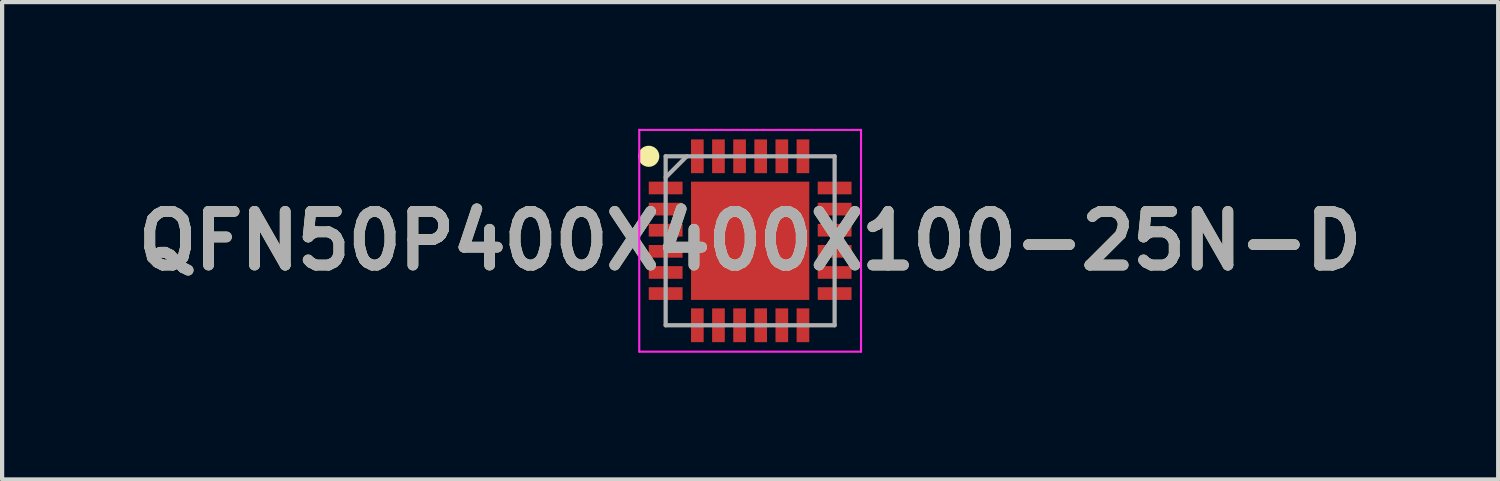
<source format=kicad_pcb>
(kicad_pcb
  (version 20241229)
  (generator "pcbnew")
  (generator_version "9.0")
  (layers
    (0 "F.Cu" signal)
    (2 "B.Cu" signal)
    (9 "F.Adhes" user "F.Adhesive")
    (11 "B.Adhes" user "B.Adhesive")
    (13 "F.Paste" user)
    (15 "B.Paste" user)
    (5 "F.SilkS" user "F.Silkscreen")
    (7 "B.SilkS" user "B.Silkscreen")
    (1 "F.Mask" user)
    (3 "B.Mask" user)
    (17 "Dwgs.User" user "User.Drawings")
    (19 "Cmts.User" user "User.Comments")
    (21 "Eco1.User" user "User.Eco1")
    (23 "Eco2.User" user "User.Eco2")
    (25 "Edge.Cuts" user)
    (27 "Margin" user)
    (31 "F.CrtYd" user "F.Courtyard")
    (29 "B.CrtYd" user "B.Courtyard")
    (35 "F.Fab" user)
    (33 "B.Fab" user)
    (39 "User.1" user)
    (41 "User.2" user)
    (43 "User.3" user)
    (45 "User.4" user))
  (footprint "QFN50P400X400X100-25N-D"
    (layer "F.Cu")
    (at 14.708 2.65)
    (property "Reference" "QFN50P400X400X100-25N-D" (at 0 0 0) (layer "F.SilkS") (effects (font (size 1.27 1.27) (thickness 0.254))))
    (attr smd)
    (fp_circle (center -2.4 -2) (end -2.4 -1.875) (stroke (width 0.25) (type solid)) (fill no) (layer "F.SilkS"))
    (fp_line (start -2.625 -2.625) (end 2.625 -2.625) (stroke (width 0.05) (type solid)) (layer "F.CrtYd"))
    (fp_line (start -2.625 2.625) (end -2.625 -2.625) (stroke (width 0.05) (type solid)) (layer "F.CrtYd"))
    (fp_line (start 2.625 -2.625) (end 2.625 2.625) (stroke (width 0.05) (type solid)) (layer "F.CrtYd"))
    (fp_line (start 2.625 2.625) (end -2.625 2.625) (stroke (width 0.05) (type solid)) (layer "F.CrtYd"))
    (fp_line (start -2 -2) (end 2 -2) (stroke (width 0.1) (type solid)) (layer "F.Fab"))
    (fp_line (start -2 -1.5) (end -1.5 -2) (stroke (width 0.1) (type solid)) (layer "F.Fab"))
    (fp_line (start -2 2) (end -2 -2) (stroke (width 0.1) (type solid)) (layer "F.Fab"))
    (fp_line (start 2 -2) (end 2 2) (stroke (width 0.1) (type solid)) (layer "F.Fab"))
    (fp_line (start 2 2) (end -2 2) (stroke (width 0.1) (type solid)) (layer "F.Fab"))
    (fp_text user "${REFERENCE}" (at 0 0 0) (layer "F.Fab") (effects (font (size 1.27 1.27) (thickness 0.254))))
    (pad "1" smd rect (at -2 -1.25 90) (size 0.3 0.8) (layers "F.Cu" "F.Mask" "F.Paste"))
    (pad "2" smd rect (at -2 -0.75 90) (size 0.3 0.8) (layers "F.Cu" "F.Mask" "F.Paste"))
    (pad "3" smd rect (at -2 -0.25 90) (size 0.3 0.8) (layers "F.Cu" "F.Mask" "F.Paste"))
    (pad "4" smd rect (at -2 0.25 90) (size 0.3 0.8) (layers "F.Cu" "F.Mask" "F.Paste"))
    (pad "5" smd rect (at -2 0.75 90) (size 0.3 0.8) (layers "F.Cu" "F.Mask" "F.Paste"))
    (pad "6" smd rect (at -2 1.25 90) (size 0.3 0.8) (layers "F.Cu" "F.Mask" "F.Paste"))
    (pad "7" smd rect (at -1.25 2) (size 0.3 0.8) (layers "F.Cu" "F.Mask" "F.Paste"))
    (pad "8" smd rect (at -0.75 2) (size 0.3 0.8) (layers "F.Cu" "F.Mask" "F.Paste"))
    (pad "9" smd rect (at -0.25 2) (size 0.3 0.8) (layers "F.Cu" "F.Mask" "F.Paste"))
    (pad "10" smd rect (at 0.25 2) (size 0.3 0.8) (layers "F.Cu" "F.Mask" "F.Paste"))
    (pad "11" smd rect (at 0.75 2) (size 0.3 0.8) (layers "F.Cu" "F.Mask" "F.Paste"))
    (pad "12" smd rect (at 1.25 2) (size 0.3 0.8) (layers "F.Cu" "F.Mask" "F.Paste"))
    (pad "13" smd rect (at 2 1.25 90) (size 0.3 0.8) (layers "F.Cu" "F.Mask" "F.Paste"))
    (pad "14" smd rect (at 2 0.75 90) (size 0.3 0.8) (layers "F.Cu" "F.Mask" "F.Paste"))
    (pad "15" smd rect (at 2 0.25 90) (size 0.3 0.8) (layers "F.Cu" "F.Mask" "F.Paste"))
    (pad "16" smd rect (at 2 -0.25 90) (size 0.3 0.8) (layers "F.Cu" "F.Mask" "F.Paste"))
    (pad "17" smd rect (at 2 -0.75 90) (size 0.3 0.8) (layers "F.Cu" "F.Mask" "F.Paste"))
    (pad "18" smd rect (at 2 -1.25 90) (size 0.3 0.8) (layers "F.Cu" "F.Mask" "F.Paste"))
    (pad "19" smd rect (at 1.25 -2) (size 0.3 0.8) (layers "F.Cu" "F.Mask" "F.Paste"))
    (pad "20" smd rect (at 0.75 -2) (size 0.3 0.8) (layers "F.Cu" "F.Mask" "F.Paste"))
    (pad "21" smd rect (at 0.25 -2) (size 0.3 0.8) (layers "F.Cu" "F.Mask" "F.Paste"))
    (pad "22" smd rect (at -0.25 -2) (size 0.3 0.8) (layers "F.Cu" "F.Mask" "F.Paste"))
    (pad "23" smd rect (at -0.75 -2) (size 0.3 0.8) (layers "F.Cu" "F.Mask" "F.Paste"))
    (pad "24" smd rect (at -1.25 -2) (size 0.3 0.8) (layers "F.Cu" "F.Mask" "F.Paste"))
    (pad "25" smd rect (at 0 0) (size 2.8 2.8) (layers "F.Cu" "F.Mask" "F.Paste")))
  (gr_rect
    (start -3 -3)
    (end 32.416 8.3)
    (stroke (width 0.1) (type default))
    (fill no)
    (layer "Edge.Cuts")))
</source>
